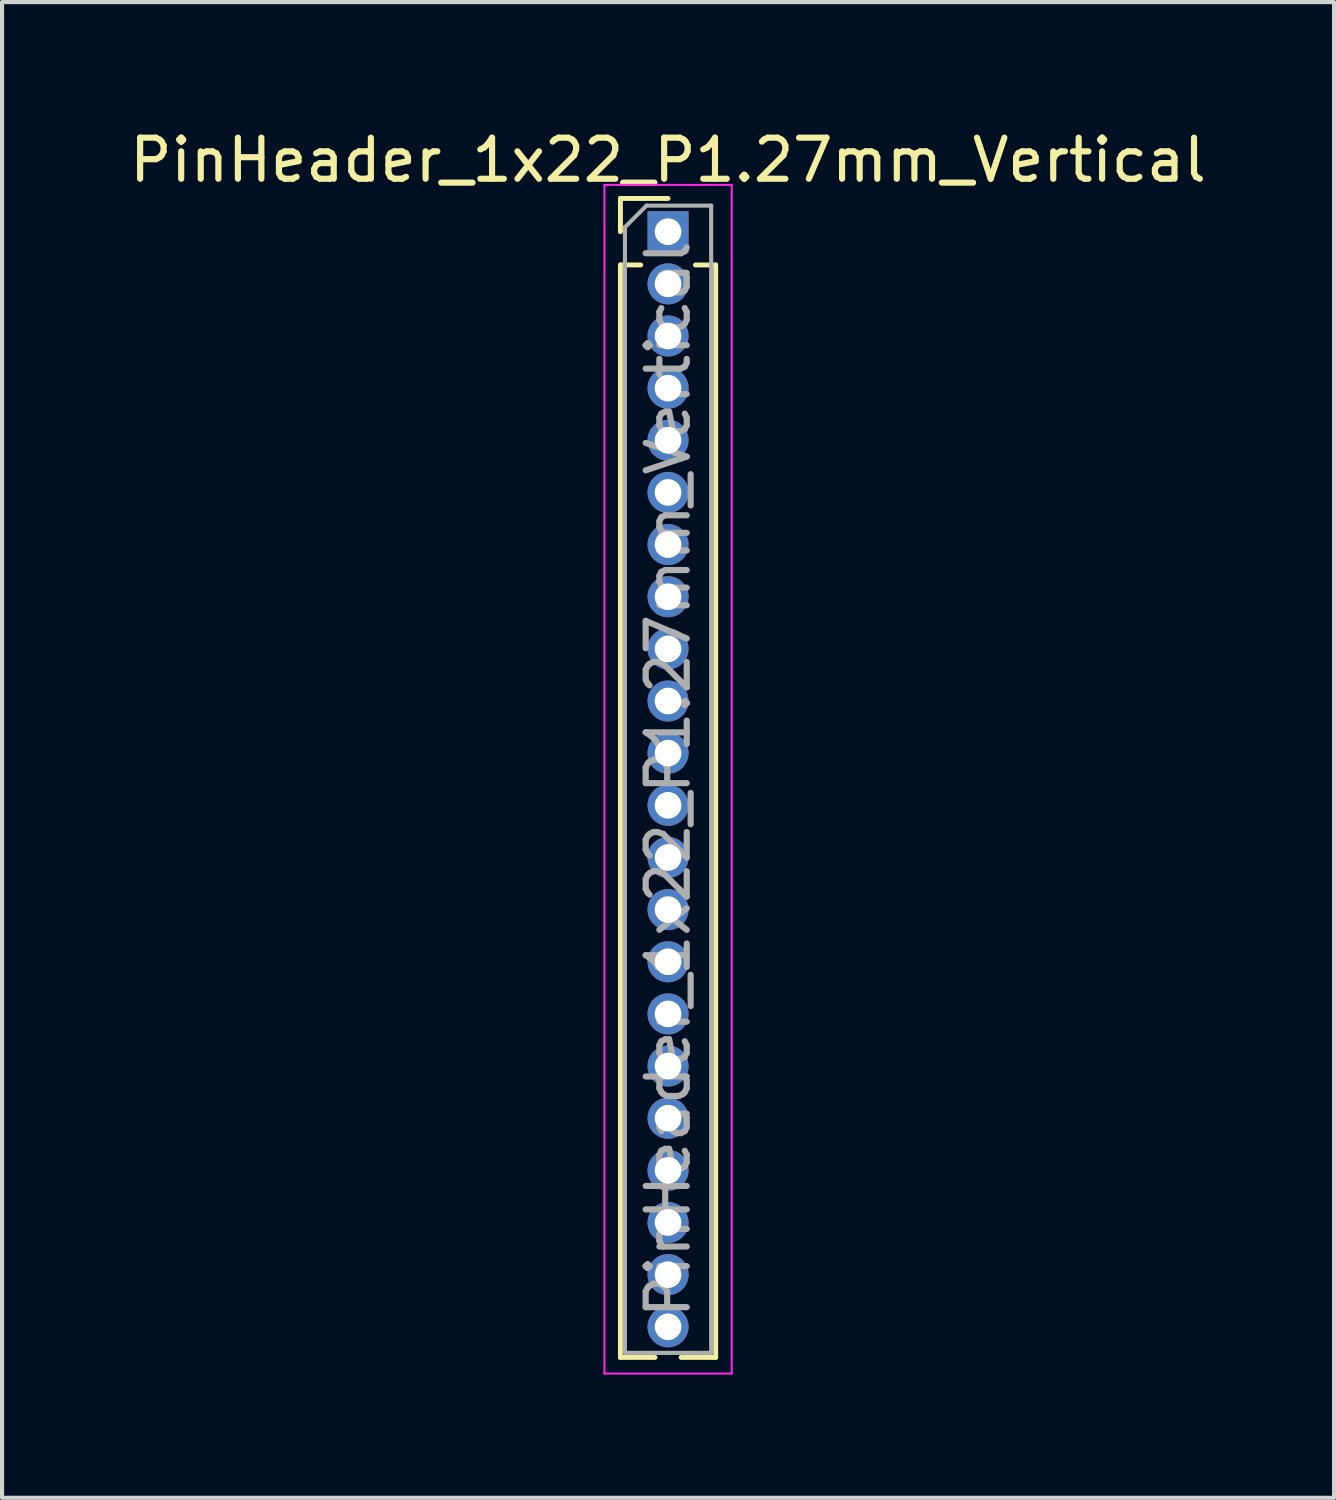
<source format=kicad_pcb>
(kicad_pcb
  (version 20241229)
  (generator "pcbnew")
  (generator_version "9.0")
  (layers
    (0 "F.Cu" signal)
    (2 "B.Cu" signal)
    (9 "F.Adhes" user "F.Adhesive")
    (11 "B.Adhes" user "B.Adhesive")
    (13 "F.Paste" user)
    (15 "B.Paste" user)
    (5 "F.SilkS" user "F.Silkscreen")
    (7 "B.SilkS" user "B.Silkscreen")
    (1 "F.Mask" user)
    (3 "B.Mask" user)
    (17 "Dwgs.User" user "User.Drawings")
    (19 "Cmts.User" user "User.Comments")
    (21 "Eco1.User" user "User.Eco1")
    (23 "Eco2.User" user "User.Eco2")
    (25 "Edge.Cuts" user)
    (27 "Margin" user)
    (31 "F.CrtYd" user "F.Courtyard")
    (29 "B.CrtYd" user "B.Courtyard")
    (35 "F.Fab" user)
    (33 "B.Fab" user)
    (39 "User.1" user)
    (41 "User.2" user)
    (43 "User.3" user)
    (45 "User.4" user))
  (footprint "PinHeader_1x22_P1.27mm_Vertical"
    (layer "F.Cu")
    (at 13.22 2.593)
    (property "Reference" "PinHeader_1x22_P1.27mm_Vertical" (at 0 -1.745 0) (layer "F.SilkS") (effects (font (size 1 1) (thickness 0.15))))
    (attr through_hole)
    (fp_line (start -1.16 -0.81) (end 0 -0.81) (stroke (width 0.12) (type solid)) (layer "F.SilkS"))
    (fp_line (start -1.16 0) (end -1.16 -0.81) (stroke (width 0.12) (type solid)) (layer "F.SilkS"))
    (fp_line (start -1.16 0.81) (end -1.16 27.415) (stroke (width 0.12) (type solid)) (layer "F.SilkS"))
    (fp_line (start -1.16 0.81) (end -0.667 0.81) (stroke (width 0.12) (type solid)) (layer "F.SilkS"))
    (fp_line (start -1.16 27.415) (end -0.318 27.415) (stroke (width 0.12) (type solid)) (layer "F.SilkS"))
    (fp_line (start 0.318 27.415) (end 1.16 27.415) (stroke (width 0.12) (type solid)) (layer "F.SilkS"))
    (fp_line (start 0.667 0.81) (end 1.16 0.81) (stroke (width 0.12) (type solid)) (layer "F.SilkS"))
    (fp_line (start 1.16 0.81) (end 1.16 27.415) (stroke (width 0.12) (type solid)) (layer "F.SilkS"))
    (fp_line (start -1.55 -1.14) (end -1.55 27.81) (stroke (width 0.05) (type solid)) (layer "F.CrtYd"))
    (fp_line (start -1.55 27.81) (end 1.55 27.81) (stroke (width 0.05) (type solid)) (layer "F.CrtYd"))
    (fp_line (start 1.55 -1.14) (end -1.55 -1.14) (stroke (width 0.05) (type solid)) (layer "F.CrtYd"))
    (fp_line (start 1.55 27.81) (end 1.55 -1.14) (stroke (width 0.05) (type solid)) (layer "F.CrtYd"))
    (fp_line (start -1.05 -0.11) (end -0.525 -0.635) (stroke (width 0.1) (type solid)) (layer "F.Fab"))
    (fp_line (start -1.05 27.305) (end -1.05 -0.11) (stroke (width 0.1) (type solid)) (layer "F.Fab"))
    (fp_line (start -0.525 -0.635) (end 1.05 -0.635) (stroke (width 0.1) (type solid)) (layer "F.Fab"))
    (fp_line (start 1.05 -0.635) (end 1.05 27.305) (stroke (width 0.1) (type solid)) (layer "F.Fab"))
    (fp_line (start 1.05 27.305) (end -1.05 27.305) (stroke (width 0.1) (type solid)) (layer "F.Fab"))
    (fp_text user "${REFERENCE}" (at 0 13.335 90) (layer "F.Fab") (effects (font (size 1 1) (thickness 0.15))))
    (pad "1" thru_hole rect (at 0 0) (size 1 1) (drill 0.65) (layers "*.Cu" "*.Mask"))
    (pad "2" thru_hole circle (at 0 1.27) (size 1 1) (drill 0.65) (layers "*.Cu" "*.Mask"))
    (pad "3" thru_hole circle (at 0 2.54) (size 1 1) (drill 0.65) (layers "*.Cu" "*.Mask"))
    (pad "4" thru_hole circle (at 0 3.81) (size 1 1) (drill 0.65) (layers "*.Cu" "*.Mask"))
    (pad "5" thru_hole circle (at 0 5.08) (size 1 1) (drill 0.65) (layers "*.Cu" "*.Mask"))
    (pad "6" thru_hole circle (at 0 6.35) (size 1 1) (drill 0.65) (layers "*.Cu" "*.Mask"))
    (pad "7" thru_hole circle (at 0 7.62) (size 1 1) (drill 0.65) (layers "*.Cu" "*.Mask"))
    (pad "8" thru_hole circle (at 0 8.89) (size 1 1) (drill 0.65) (layers "*.Cu" "*.Mask"))
    (pad "9" thru_hole circle (at 0 10.16) (size 1 1) (drill 0.65) (layers "*.Cu" "*.Mask"))
    (pad "10" thru_hole circle (at 0 11.43) (size 1 1) (drill 0.65) (layers "*.Cu" "*.Mask"))
    (pad "11" thru_hole circle (at 0 12.7) (size 1 1) (drill 0.65) (layers "*.Cu" "*.Mask"))
    (pad "12" thru_hole circle (at 0 13.97) (size 1 1) (drill 0.65) (layers "*.Cu" "*.Mask"))
    (pad "13" thru_hole circle (at 0 15.24) (size 1 1) (drill 0.65) (layers "*.Cu" "*.Mask"))
    (pad "14" thru_hole circle (at 0 16.51) (size 1 1) (drill 0.65) (layers "*.Cu" "*.Mask"))
    (pad "15" thru_hole circle (at 0 17.78) (size 1 1) (drill 0.65) (layers "*.Cu" "*.Mask"))
    (pad "16" thru_hole circle (at 0 19.05) (size 1 1) (drill 0.65) (layers "*.Cu" "*.Mask"))
    (pad "17" thru_hole circle (at 0 20.32) (size 1 1) (drill 0.65) (layers "*.Cu" "*.Mask"))
    (pad "18" thru_hole circle (at 0 21.59) (size 1 1) (drill 0.65) (layers "*.Cu" "*.Mask"))
    (pad "19" thru_hole circle (at 0 22.86) (size 1 1) (drill 0.65) (layers "*.Cu" "*.Mask"))
    (pad "20" thru_hole circle (at 0 24.13) (size 1 1) (drill 0.65) (layers "*.Cu" "*.Mask"))
    (pad "21" thru_hole circle (at 0 25.4) (size 1 1) (drill 0.65) (layers "*.Cu" "*.Mask"))
    (pad "22" thru_hole circle (at 0 26.67) (size 1 1) (drill 0.65) (layers "*.Cu" "*.Mask")))
  (gr_rect
    (start -3 -3)
    (end 29.44 33.428)
    (stroke (width 0.1) (type default))
    (fill no)
    (layer "Edge.Cuts")))
</source>
